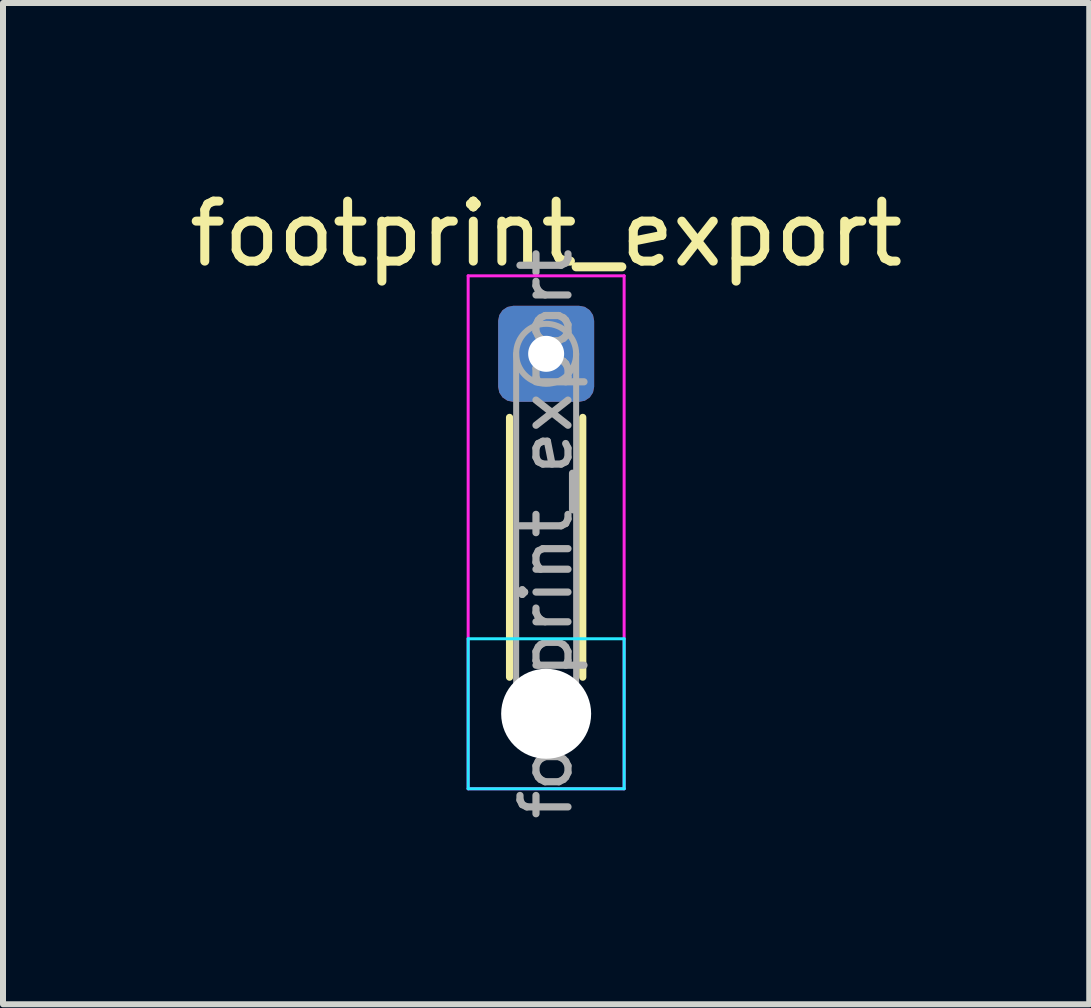
<source format=kicad_pcb>
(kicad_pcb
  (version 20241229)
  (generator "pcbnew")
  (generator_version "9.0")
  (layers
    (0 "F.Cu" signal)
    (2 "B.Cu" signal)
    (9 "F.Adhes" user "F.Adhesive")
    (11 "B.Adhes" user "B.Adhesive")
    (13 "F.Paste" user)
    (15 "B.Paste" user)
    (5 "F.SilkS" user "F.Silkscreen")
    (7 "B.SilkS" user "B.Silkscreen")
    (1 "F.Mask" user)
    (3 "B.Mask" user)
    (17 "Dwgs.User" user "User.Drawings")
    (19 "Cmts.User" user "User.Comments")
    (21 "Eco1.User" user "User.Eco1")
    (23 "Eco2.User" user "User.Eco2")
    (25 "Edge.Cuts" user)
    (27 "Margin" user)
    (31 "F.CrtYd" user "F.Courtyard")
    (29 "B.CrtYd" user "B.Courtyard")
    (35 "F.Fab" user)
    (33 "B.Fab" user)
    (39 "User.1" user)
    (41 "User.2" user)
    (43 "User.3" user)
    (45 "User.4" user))
  (footprint "footprint_export"
    (layer "F.Cu")
    (at 6.054 2.848)
    (property "Reference" "footprint_export" (at 0 -2 0) (layer "F.SilkS") (effects (font (size 1 1) (thickness 0.15))))
    (attr exclude_from_pos_files exclude_from_bom)
    (fp_line (start -0.61 1.06) (end -0.61 5.39) (stroke (width 0.12) (type solid)) (layer "F.SilkS"))
    (fp_line (start 0.61 1.06) (end 0.61 5.39) (stroke (width 0.12) (type solid)) (layer "F.SilkS"))
    (fp_line (start -1.3 4.75) (end -1.3 7.25) (stroke (width 0.05) (type solid)) (layer "B.CrtYd"))
    (fp_line (start -1.3 7.25) (end 1.3 7.25) (stroke (width 0.05) (type solid)) (layer "B.CrtYd"))
    (fp_line (start 1.3 4.75) (end -1.3 4.75) (stroke (width 0.05) (type solid)) (layer "B.CrtYd"))
    (fp_line (start 1.3 7.25) (end 1.3 4.75) (stroke (width 0.05) (type solid)) (layer "B.CrtYd"))
    (fp_line (start -1.3 -1.3) (end -1.3 7.25) (stroke (width 0.05) (type solid)) (layer "F.CrtYd"))
    (fp_line (start -1.3 7.25) (end 1.3 7.25) (stroke (width 0.05) (type solid)) (layer "F.CrtYd"))
    (fp_line (start 1.3 -1.3) (end -1.3 -1.3) (stroke (width 0.05) (type solid)) (layer "F.CrtYd"))
    (fp_line (start 1.3 7.25) (end 1.3 -1.3) (stroke (width 0.05) (type solid)) (layer "F.CrtYd"))
    (fp_line (start -0.5 0) (end -0.5 6) (stroke (width 0.1) (type solid)) (layer "F.Fab"))
    (fp_line (start 0.5 0) (end 0.5 6) (stroke (width 0.1) (type solid)) (layer "F.Fab"))
    (fp_circle (center 0 0) (end 0.5 0) (stroke (width 0.1) (type solid)) (fill no) (layer "F.Fab"))
    (fp_circle (center 0 6) (end 0.5 6) (stroke (width 0.1) (type solid)) (fill no) (layer "F.Fab"))
    (fp_text user "${REFERENCE}" (at 0 3 90) (layer "F.Fab") (effects (font (size 0.8 0.8) (thickness 0.12))))
    (pad "" np_thru_hole circle (at 0 6) (size 1.5 1.5) (drill 1.5) (layers "*.Cu" "*.Mask"))
    (pad "1" thru_hole roundrect (at 0 0) (size 1.6 1.6) (drill 0.6) (layers "*.Cu" "*.Mask") (roundrect_rratio 0.156)))
  (gr_rect
    (start -3 -3)
    (end 15.107 13.691)
    (stroke (width 0.1) (type default))
    (fill no)
    (layer "Edge.Cuts")))
</source>
